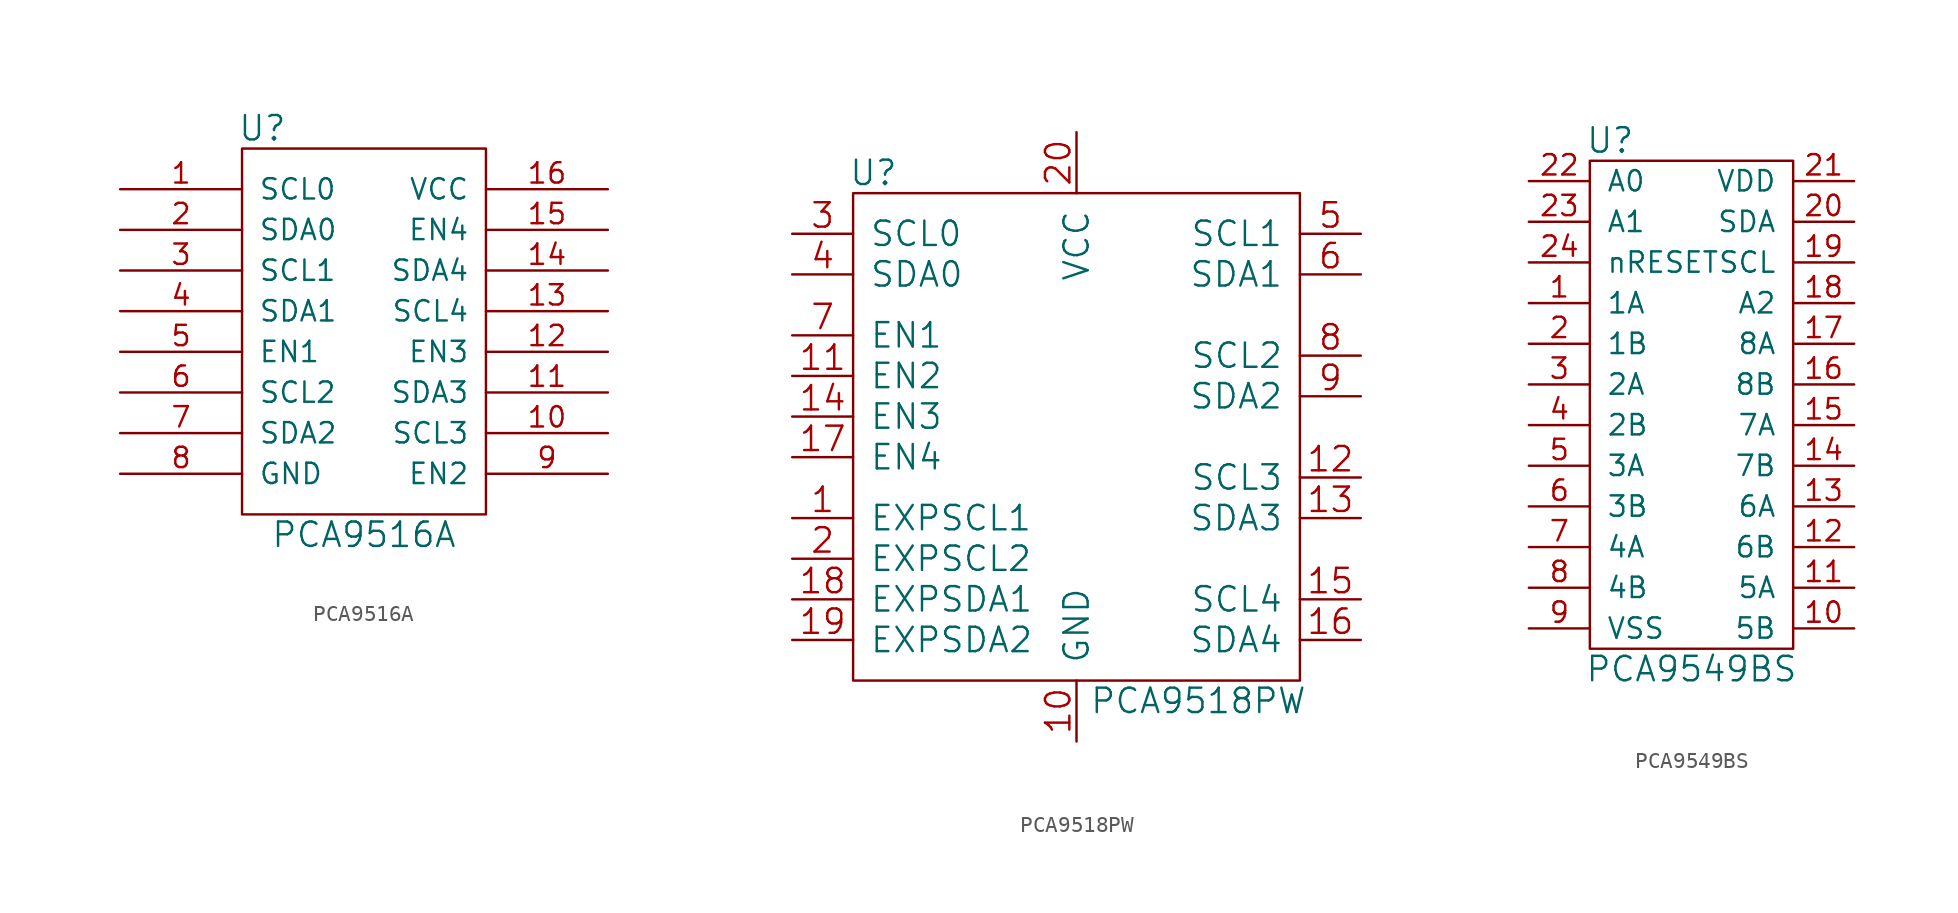
<source format=kicad_sym>
(kicad_symbol_lib
  (version 20210619)
  (generator kicad_symbol_editor)
  (symbol "tinkerforge:PCA9516A"
    (pin_names
      (offset 1.016))
    (property "Reference" "U"
      (at -6.35 12.7 0)
      (effects (font (size 1.524 1.524))))
    (property "Value" "PCA9516A"
      (at 0 -12.7 0)
      (effects (font (size 1.524 1.524))))
    (property "Footprint" ""
      (at 0 0 0)
      (effects (font (size 1.524 1.524))))
    (property "Datasheet" ""
      (at 0 0 0)
      (effects (font (size 1.524 1.524))))
    (symbol "PCA9516A_0_1"
      (rectangle (start -7.62 11.43) (end 7.62 -11.43) (stroke (width 0)) (fill (type none))))
    (symbol "PCA9516A_1_1"
      (pin passive line (at -15.24 8.89 0) (length 7.62) (name "SCL0" (effects (font (size 1.27 1.27)))) (number "1" (effects (font (size 1.27 1.27)))))
      (pin passive line (at 15.24 -6.35 180) (length 7.62) (name "SCL3" (effects (font (size 1.27 1.27)))) (number "10" (effects (font (size 1.27 1.27)))))
      (pin passive line (at 15.24 -3.81 180) (length 7.62) (name "SDA3" (effects (font (size 1.27 1.27)))) (number "11" (effects (font (size 1.27 1.27)))))
      (pin passive line (at 15.24 -1.27 180) (length 7.62) (name "EN3" (effects (font (size 1.27 1.27)))) (number "12" (effects (font (size 1.27 1.27)))))
      (pin passive line (at 15.24 1.27 180) (length 7.62) (name "SCL4" (effects (font (size 1.27 1.27)))) (number "13" (effects (font (size 1.27 1.27)))))
      (pin passive line (at 15.24 3.81 180) (length 7.62) (name "SDA4" (effects (font (size 1.27 1.27)))) (number "14" (effects (font (size 1.27 1.27)))))
      (pin passive line (at 15.24 6.35 180) (length 7.62) (name "EN4" (effects (font (size 1.27 1.27)))) (number "15" (effects (font (size 1.27 1.27)))))
      (pin passive line (at 15.24 8.89 180) (length 7.62) (name "VCC" (effects (font (size 1.27 1.27)))) (number "16" (effects (font (size 1.27 1.27)))))
      (pin passive line (at -15.24 6.35 0) (length 7.62) (name "SDA0" (effects (font (size 1.27 1.27)))) (number "2" (effects (font (size 1.27 1.27)))))
      (pin passive line (at -15.24 3.81 0) (length 7.62) (name "SCL1" (effects (font (size 1.27 1.27)))) (number "3" (effects (font (size 1.27 1.27)))))
      (pin passive line (at -15.24 1.27 0) (length 7.62) (name "SDA1" (effects (font (size 1.27 1.27)))) (number "4" (effects (font (size 1.27 1.27)))))
      (pin passive line (at -15.24 -1.27 0) (length 7.62) (name "EN1" (effects (font (size 1.27 1.27)))) (number "5" (effects (font (size 1.27 1.27)))))
      (pin passive line (at -15.24 -3.81 0) (length 7.62) (name "SCL2" (effects (font (size 1.27 1.27)))) (number "6" (effects (font (size 1.27 1.27)))))
      (pin passive line (at -15.24 -6.35 0) (length 7.62) (name "SDA2" (effects (font (size 1.27 1.27)))) (number "7" (effects (font (size 1.27 1.27)))))
      (pin passive line (at -15.24 -8.89 0) (length 7.62) (name "GND" (effects (font (size 1.27 1.27)))) (number "8" (effects (font (size 1.27 1.27)))))
      (pin passive line (at 15.24 -8.89 180) (length 7.62) (name "EN2" (effects (font (size 1.27 1.27)))) (number "9" (effects (font (size 1.27 1.27)))))))
  (symbol "tinkerforge:PCA9518PW"
    (pin_names
      (offset 1.016))
    (property "Reference" "U"
      (at -12.7 16.51 0)
      (effects (font (size 1.524 1.524))))
    (property "Value" "PCA9518PW"
      (at 7.62 -16.51 0)
      (effects (font (size 1.524 1.524))))
    (property "Footprint" ""
      (at 0 -1.27 0)
      (effects (font (size 1.524 1.524))))
    (property "Datasheet" ""
      (at 0 -1.27 0)
      (effects (font (size 1.524 1.524))))
    (symbol "PCA9518PW_0_1"
      (rectangle (start -13.97 15.24) (end 13.97 -15.24) (stroke (width 0)) (fill (type none))))
    (symbol "PCA9518PW_1_1"
      (pin passive line (at -17.78 -5.08 0) (length 3.81) (name "EXPSCL1" (effects (font (size 1.524 1.524)))) (number "1" (effects (font (size 1.524 1.524)))))
      (pin passive line (at 0 -19.05 90) (length 3.81) (name "GND" (effects (font (size 1.524 1.524)))) (number "10" (effects (font (size 1.524 1.524)))))
      (pin passive line (at -17.78 3.81 0) (length 3.81) (name "EN2" (effects (font (size 1.524 1.524)))) (number "11" (effects (font (size 1.524 1.524)))))
      (pin passive line (at 17.78 -2.54 180) (length 3.81) (name "SCL3" (effects (font (size 1.524 1.524)))) (number "12" (effects (font (size 1.524 1.524)))))
      (pin passive line (at 17.78 -5.08 180) (length 3.81) (name "SDA3" (effects (font (size 1.524 1.524)))) (number "13" (effects (font (size 1.524 1.524)))))
      (pin passive line (at -17.78 1.27 0) (length 3.81) (name "EN3" (effects (font (size 1.524 1.524)))) (number "14" (effects (font (size 1.524 1.524)))))
      (pin passive line (at 17.78 -10.16 180) (length 3.81) (name "SCL4" (effects (font (size 1.524 1.524)))) (number "15" (effects (font (size 1.524 1.524)))))
      (pin passive line (at 17.78 -12.7 180) (length 3.81) (name "SDA4" (effects (font (size 1.524 1.524)))) (number "16" (effects (font (size 1.524 1.524)))))
      (pin passive line (at -17.78 -1.27 0) (length 3.81) (name "EN4" (effects (font (size 1.524 1.524)))) (number "17" (effects (font (size 1.524 1.524)))))
      (pin passive line (at -17.78 -10.16 0) (length 3.81) (name "EXPSDA1" (effects (font (size 1.524 1.524)))) (number "18" (effects (font (size 1.524 1.524)))))
      (pin passive line (at -17.78 -12.7 0) (length 3.81) (name "EXPSDA2" (effects (font (size 1.524 1.524)))) (number "19" (effects (font (size 1.524 1.524)))))
      (pin passive line (at -17.78 -7.62 0) (length 3.81) (name "EXPSCL2" (effects (font (size 1.524 1.524)))) (number "2" (effects (font (size 1.524 1.524)))))
      (pin passive line (at 0 19.05 270) (length 3.81) (name "VCC" (effects (font (size 1.524 1.524)))) (number "20" (effects (font (size 1.524 1.524)))))
      (pin passive line (at -17.78 12.7 0) (length 3.81) (name "SCL0" (effects (font (size 1.524 1.524)))) (number "3" (effects (font (size 1.524 1.524)))))
      (pin passive line (at -17.78 10.16 0) (length 3.81) (name "SDA0" (effects (font (size 1.524 1.524)))) (number "4" (effects (font (size 1.524 1.524)))))
      (pin passive line (at 17.78 12.7 180) (length 3.81) (name "SCL1" (effects (font (size 1.524 1.524)))) (number "5" (effects (font (size 1.524 1.524)))))
      (pin passive line (at 17.78 10.16 180) (length 3.81) (name "SDA1" (effects (font (size 1.524 1.524)))) (number "6" (effects (font (size 1.524 1.524)))))
      (pin passive line (at -17.78 6.35 0) (length 3.81) (name "EN1" (effects (font (size 1.524 1.524)))) (number "7" (effects (font (size 1.524 1.524)))))
      (pin passive line (at 17.78 5.08 180) (length 3.81) (name "SCL2" (effects (font (size 1.524 1.524)))) (number "8" (effects (font (size 1.524 1.524)))))
      (pin passive line (at 17.78 2.54 180) (length 3.81) (name "SDA2" (effects (font (size 1.524 1.524)))) (number "9" (effects (font (size 1.524 1.524)))))))
  (symbol "tinkerforge:PCA9549BS"
    (pin_names
      (offset 1.016))
    (property "Reference" "U"
      (at -5.08 16.51 0)
      (effects (font (size 1.524 1.524))))
    (property "Value" "PCA9549BS"
      (at 0 -16.51 0)
      (effects (font (size 1.524 1.524))))
    (property "Footprint" ""
      (at 0 0 0)
      (effects (font (size 1.524 1.524))))
    (property "Datasheet" ""
      (at 0 0 0)
      (effects (font (size 1.524 1.524))))
    (symbol "PCA9549BS_0_1"
      (rectangle (start -6.35 15.24) (end 6.35 -15.24) (stroke (width 0)) (fill (type none))))
    (symbol "PCA9549BS_1_1"
      (pin passive line (at -10.16 6.35 0) (length 3.81) (name "1A" (effects (font (size 1.27 1.27)))) (number "1" (effects (font (size 1.27 1.27)))))
      (pin passive line (at 10.16 -13.97 180) (length 3.81) (name "5B" (effects (font (size 1.27 1.27)))) (number "10" (effects (font (size 1.27 1.27)))))
      (pin passive line (at 10.16 -11.43 180) (length 3.81) (name "5A" (effects (font (size 1.27 1.27)))) (number "11" (effects (font (size 1.27 1.27)))))
      (pin passive line (at 10.16 -8.89 180) (length 3.81) (name "6B" (effects (font (size 1.27 1.27)))) (number "12" (effects (font (size 1.27 1.27)))))
      (pin passive line (at 10.16 -6.35 180) (length 3.81) (name "6A" (effects (font (size 1.27 1.27)))) (number "13" (effects (font (size 1.27 1.27)))))
      (pin passive line (at 10.16 -3.81 180) (length 3.81) (name "7B" (effects (font (size 1.27 1.27)))) (number "14" (effects (font (size 1.27 1.27)))))
      (pin passive line (at 10.16 -1.27 180) (length 3.81) (name "7A" (effects (font (size 1.27 1.27)))) (number "15" (effects (font (size 1.27 1.27)))))
      (pin passive line (at 10.16 1.27 180) (length 3.81) (name "8B" (effects (font (size 1.27 1.27)))) (number "16" (effects (font (size 1.27 1.27)))))
      (pin passive line (at 10.16 3.81 180) (length 3.81) (name "8A" (effects (font (size 1.27 1.27)))) (number "17" (effects (font (size 1.27 1.27)))))
      (pin passive line (at 10.16 6.35 180) (length 3.81) (name "A2" (effects (font (size 1.27 1.27)))) (number "18" (effects (font (size 1.27 1.27)))))
      (pin passive line (at 10.16 8.89 180) (length 3.81) (name "SCL" (effects (font (size 1.27 1.27)))) (number "19" (effects (font (size 1.27 1.27)))))
      (pin passive line (at -10.16 3.81 0) (length 3.81) (name "1B" (effects (font (size 1.27 1.27)))) (number "2" (effects (font (size 1.27 1.27)))))
      (pin passive line (at 10.16 11.43 180) (length 3.81) (name "SDA" (effects (font (size 1.27 1.27)))) (number "20" (effects (font (size 1.27 1.27)))))
      (pin passive line (at 10.16 13.97 180) (length 3.81) (name "VDD" (effects (font (size 1.27 1.27)))) (number "21" (effects (font (size 1.27 1.27)))))
      (pin passive line (at -10.16 13.97 0) (length 3.81) (name "A0" (effects (font (size 1.27 1.27)))) (number "22" (effects (font (size 1.27 1.27)))))
      (pin passive line (at -10.16 11.43 0) (length 3.81) (name "A1" (effects (font (size 1.27 1.27)))) (number "23" (effects (font (size 1.27 1.27)))))
      (pin passive line (at -10.16 8.89 0) (length 3.81) (name "nRESET" (effects (font (size 1.27 1.27)))) (number "24" (effects (font (size 1.27 1.27)))))
      (pin passive line (at -10.16 1.27 0) (length 3.81) (name "2A" (effects (font (size 1.27 1.27)))) (number "3" (effects (font (size 1.27 1.27)))))
      (pin passive line (at -10.16 -1.27 0) (length 3.81) (name "2B" (effects (font (size 1.27 1.27)))) (number "4" (effects (font (size 1.27 1.27)))))
      (pin passive line (at -10.16 -3.81 0) (length 3.81) (name "3A" (effects (font (size 1.27 1.27)))) (number "5" (effects (font (size 1.27 1.27)))))
      (pin passive line (at -10.16 -6.35 0) (length 3.81) (name "3B" (effects (font (size 1.27 1.27)))) (number "6" (effects (font (size 1.27 1.27)))))
      (pin passive line (at -10.16 -8.89 0) (length 3.81) (name "4A" (effects (font (size 1.27 1.27)))) (number "7" (effects (font (size 1.27 1.27)))))
      (pin passive line (at -10.16 -11.43 0) (length 3.81) (name "4B" (effects (font (size 1.27 1.27)))) (number "8" (effects (font (size 1.27 1.27)))))
      (pin passive line (at -10.16 -13.97 0) (length 3.81) (name "VSS" (effects (font (size 1.27 1.27)))) (number "9" (effects (font (size 1.27 1.27))))))))
</source>
